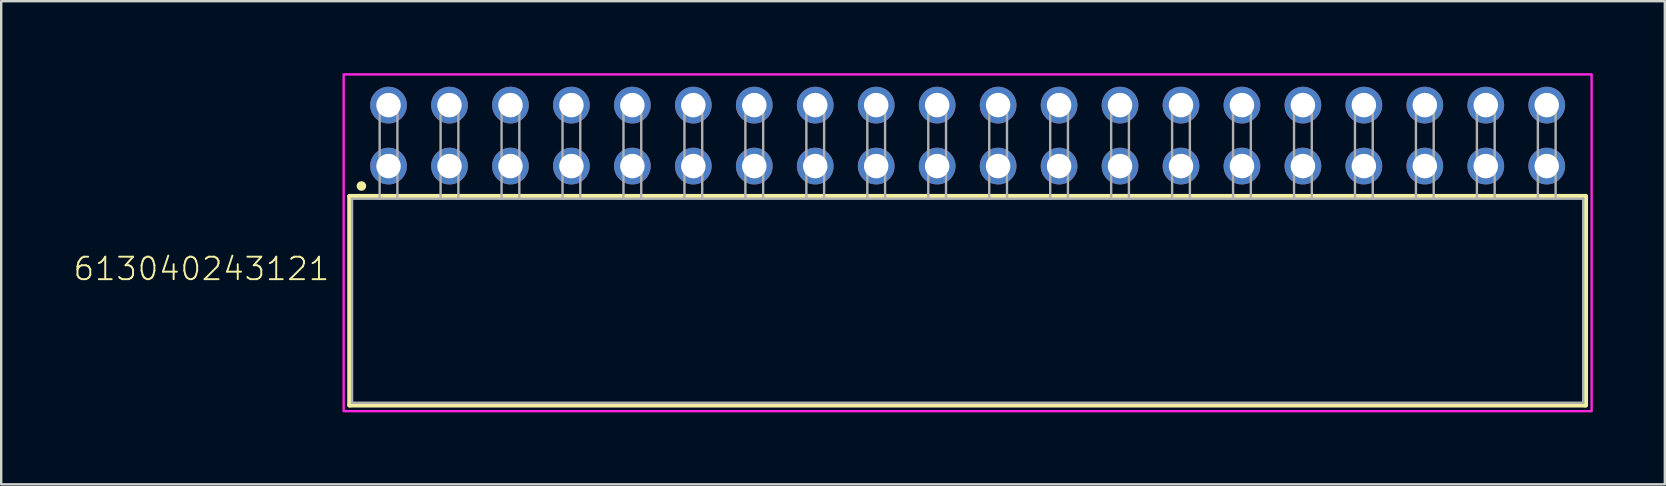
<source format=kicad_pcb>
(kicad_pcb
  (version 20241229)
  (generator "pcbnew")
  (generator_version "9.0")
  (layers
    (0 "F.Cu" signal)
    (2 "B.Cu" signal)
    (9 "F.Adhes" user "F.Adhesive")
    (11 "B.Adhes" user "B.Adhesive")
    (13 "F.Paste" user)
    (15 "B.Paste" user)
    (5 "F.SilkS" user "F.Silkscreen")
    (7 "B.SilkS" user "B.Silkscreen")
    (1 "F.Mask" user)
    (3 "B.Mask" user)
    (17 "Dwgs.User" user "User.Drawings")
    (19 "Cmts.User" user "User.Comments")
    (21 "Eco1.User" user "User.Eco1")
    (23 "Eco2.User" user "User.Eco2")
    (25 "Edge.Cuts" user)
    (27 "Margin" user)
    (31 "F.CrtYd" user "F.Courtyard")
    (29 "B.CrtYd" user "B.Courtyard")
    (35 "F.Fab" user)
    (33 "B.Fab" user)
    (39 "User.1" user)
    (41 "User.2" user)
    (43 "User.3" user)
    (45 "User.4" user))
  (footprint "613040243121"
    (layer "F.Cu")
    (at 37.269 9.48)
    (property "Reference" "613040243121" (at -26.53 -0.78 0) (unlocked yes) (layer "F.SilkS") (effects (font (size 0.935 0.935) (thickness 0.081)) (justify right bottom)))
    (fp_line (start -25.75 -4.35) (end 25.75 -4.35) (stroke (width 0.2) (type solid)) (layer "F.SilkS"))
    (fp_line (start -25.75 4.35) (end -25.75 -4.35) (stroke (width 0.2) (type solid)) (layer "F.SilkS"))
    (fp_line (start 25.75 -4.35) (end 25.75 4.35) (stroke (width 0.2) (type solid)) (layer "F.SilkS"))
    (fp_line (start 25.75 4.35) (end -25.75 4.35) (stroke (width 0.2) (type solid)) (layer "F.SilkS"))
    (fp_circle (center -25.26 -4.78) (end -25.16 -4.78) (stroke (width 0.2) (type solid)) (fill no) (layer "F.SilkS"))
    (fp_poly (pts (xy 26 4.6) (xy -26 4.6) (xy -26 -9.43) (xy 26 -9.43)) (stroke (width 0.1) (type default)) (fill no) (layer "F.CrtYd"))
    (fp_line (start -25.65 -4.25) (end -25.65 4.25) (stroke (width 0.1) (type solid)) (layer "F.Fab"))
    (fp_line (start -24.5 -8.35) (end -23.76 -8.35) (stroke (width 0.1) (type solid)) (layer "F.Fab"))
    (fp_line (start -24.5 -4.25) (end -25.65 -4.25) (stroke (width 0.1) (type solid)) (layer "F.Fab"))
    (fp_line (start -24.5 -4.25) (end -24.5 -8.35) (stroke (width 0.1) (type solid)) (layer "F.Fab"))
    (fp_line (start -23.76 -8.35) (end -23.76 -4.25) (stroke (width 0.1) (type solid)) (layer "F.Fab"))
    (fp_line (start -23.76 -4.25) (end -24.5 -4.25) (stroke (width 0.1) (type solid)) (layer "F.Fab"))
    (fp_line (start -21.96 -8.35) (end -21.22 -8.35) (stroke (width 0.1) (type solid)) (layer "F.Fab"))
    (fp_line (start -21.96 -4.25) (end -21.96 -8.35) (stroke (width 0.1) (type solid)) (layer "F.Fab"))
    (fp_line (start -21.22 -8.35) (end -21.22 -4.25) (stroke (width 0.1) (type solid)) (layer "F.Fab"))
    (fp_line (start -19.42 -8.35) (end -18.68 -8.35) (stroke (width 0.1) (type solid)) (layer "F.Fab"))
    (fp_line (start -19.42 -4.25) (end -19.42 -8.35) (stroke (width 0.1) (type solid)) (layer "F.Fab"))
    (fp_line (start -18.68 -8.35) (end -18.68 -4.25) (stroke (width 0.1) (type solid)) (layer "F.Fab"))
    (fp_line (start -16.88 -8.35) (end -16.14 -8.35) (stroke (width 0.1) (type solid)) (layer "F.Fab"))
    (fp_line (start -16.88 -4.25) (end -16.88 -8.35) (stroke (width 0.1) (type solid)) (layer "F.Fab"))
    (fp_line (start -16.14 -8.35) (end -16.14 -4.25) (stroke (width 0.1) (type solid)) (layer "F.Fab"))
    (fp_line (start -14.34 -8.35) (end -13.6 -8.35) (stroke (width 0.1) (type solid)) (layer "F.Fab"))
    (fp_line (start -14.34 -4.25) (end -14.34 -8.35) (stroke (width 0.1) (type solid)) (layer "F.Fab"))
    (fp_line (start -13.6 -8.35) (end -13.6 -4.25) (stroke (width 0.1) (type solid)) (layer "F.Fab"))
    (fp_line (start -11.8 -8.35) (end -11.06 -8.35) (stroke (width 0.1) (type solid)) (layer "F.Fab"))
    (fp_line (start -11.8 -4.25) (end -11.8 -8.35) (stroke (width 0.1) (type solid)) (layer "F.Fab"))
    (fp_line (start -11.06 -8.35) (end -11.06 -4.25) (stroke (width 0.1) (type solid)) (layer "F.Fab"))
    (fp_line (start -9.26 -8.35) (end -8.52 -8.35) (stroke (width 0.1) (type solid)) (layer "F.Fab"))
    (fp_line (start -9.26 -4.25) (end -9.26 -8.35) (stroke (width 0.1) (type solid)) (layer "F.Fab"))
    (fp_line (start -8.52 -8.35) (end -8.52 -4.25) (stroke (width 0.1) (type solid)) (layer "F.Fab"))
    (fp_line (start -6.72 -8.35) (end -5.98 -8.35) (stroke (width 0.1) (type solid)) (layer "F.Fab"))
    (fp_line (start -6.72 -4.25) (end -6.72 -8.35) (stroke (width 0.1) (type solid)) (layer "F.Fab"))
    (fp_line (start -5.98 -8.35) (end -5.98 -4.25) (stroke (width 0.1) (type solid)) (layer "F.Fab"))
    (fp_line (start -4.18 -8.35) (end -3.44 -8.35) (stroke (width 0.1) (type solid)) (layer "F.Fab"))
    (fp_line (start -4.18 -4.25) (end -4.18 -8.35) (stroke (width 0.1) (type solid)) (layer "F.Fab"))
    (fp_line (start -3.44 -8.35) (end -3.44 -4.25) (stroke (width 0.1) (type solid)) (layer "F.Fab"))
    (fp_line (start -1.64 -8.35) (end -0.9 -8.35) (stroke (width 0.1) (type solid)) (layer "F.Fab"))
    (fp_line (start -1.64 -4.25) (end -1.64 -8.35) (stroke (width 0.1) (type solid)) (layer "F.Fab"))
    (fp_line (start -0.9 -8.35) (end -0.9 -4.25) (stroke (width 0.1) (type solid)) (layer "F.Fab"))
    (fp_line (start 0.9 -8.35) (end 1.64 -8.35) (stroke (width 0.1) (type solid)) (layer "F.Fab"))
    (fp_line (start 0.9 -4.25) (end 0.9 -8.35) (stroke (width 0.1) (type solid)) (layer "F.Fab"))
    (fp_line (start 1.64 -8.35) (end 1.64 -4.25) (stroke (width 0.1) (type solid)) (layer "F.Fab"))
    (fp_line (start 3.44 -8.35) (end 4.18 -8.35) (stroke (width 0.1) (type solid)) (layer "F.Fab"))
    (fp_line (start 3.44 -4.25) (end 3.44 -8.35) (stroke (width 0.1) (type solid)) (layer "F.Fab"))
    (fp_line (start 4.18 -8.35) (end 4.18 -4.25) (stroke (width 0.1) (type solid)) (layer "F.Fab"))
    (fp_line (start 5.98 -8.35) (end 6.72 -8.35) (stroke (width 0.1) (type solid)) (layer "F.Fab"))
    (fp_line (start 5.98 -4.25) (end 5.98 -8.35) (stroke (width 0.1) (type solid)) (layer "F.Fab"))
    (fp_line (start 6.72 -8.35) (end 6.72 -4.25) (stroke (width 0.1) (type solid)) (layer "F.Fab"))
    (fp_line (start 8.52 -8.35) (end 9.26 -8.35) (stroke (width 0.1) (type solid)) (layer "F.Fab"))
    (fp_line (start 8.52 -4.25) (end 8.52 -8.35) (stroke (width 0.1) (type solid)) (layer "F.Fab"))
    (fp_line (start 9.26 -8.35) (end 9.26 -4.25) (stroke (width 0.1) (type solid)) (layer "F.Fab"))
    (fp_line (start 11.06 -8.35) (end 11.8 -8.35) (stroke (width 0.1) (type solid)) (layer "F.Fab"))
    (fp_line (start 11.06 -4.25) (end 11.06 -8.35) (stroke (width 0.1) (type solid)) (layer "F.Fab"))
    (fp_line (start 11.8 -8.35) (end 11.8 -4.25) (stroke (width 0.1) (type solid)) (layer "F.Fab"))
    (fp_line (start 13.6 -8.35) (end 14.34 -8.35) (stroke (width 0.1) (type solid)) (layer "F.Fab"))
    (fp_line (start 13.6 -4.25) (end 13.6 -8.35) (stroke (width 0.1) (type solid)) (layer "F.Fab"))
    (fp_line (start 14.34 -8.35) (end 14.34 -4.25) (stroke (width 0.1) (type solid)) (layer "F.Fab"))
    (fp_line (start 16.14 -8.35) (end 16.88 -8.35) (stroke (width 0.1) (type solid)) (layer "F.Fab"))
    (fp_line (start 16.14 -4.25) (end 16.14 -8.35) (stroke (width 0.1) (type solid)) (layer "F.Fab"))
    (fp_line (start 16.88 -8.35) (end 16.88 -4.25) (stroke (width 0.1) (type solid)) (layer "F.Fab"))
    (fp_line (start 18.68 -8.35) (end 19.42 -8.35) (stroke (width 0.1) (type solid)) (layer "F.Fab"))
    (fp_line (start 18.68 -4.25) (end 18.68 -8.35) (stroke (width 0.1) (type solid)) (layer "F.Fab"))
    (fp_line (start 19.42 -8.35) (end 19.42 -4.25) (stroke (width 0.1) (type solid)) (layer "F.Fab"))
    (fp_line (start 21.22 -8.35) (end 21.96 -8.35) (stroke (width 0.1) (type solid)) (layer "F.Fab"))
    (fp_line (start 21.22 -4.25) (end 21.22 -8.35) (stroke (width 0.1) (type solid)) (layer "F.Fab"))
    (fp_line (start 21.96 -8.35) (end 21.96 -4.25) (stroke (width 0.1) (type solid)) (layer "F.Fab"))
    (fp_line (start 23.76 -8.35) (end 24.5 -8.35) (stroke (width 0.1) (type solid)) (layer "F.Fab"))
    (fp_line (start 23.76 -4.25) (end 23.76 -8.35) (stroke (width 0.1) (type solid)) (layer "F.Fab"))
    (fp_line (start 24.5 -8.35) (end 24.5 -4.25) (stroke (width 0.1) (type solid)) (layer "F.Fab"))
    (fp_line (start 25.65 -4.25) (end -23.76 -4.25) (stroke (width 0.1) (type solid)) (layer "F.Fab"))
    (fp_line (start 25.65 4.25) (end -25.65 4.25) (stroke (width 0.1) (type solid)) (layer "F.Fab"))
    (fp_line (start 25.65 4.25) (end 25.65 -4.25) (stroke (width 0.1) (type solid)) (layer "F.Fab"))
    (pad "1" thru_hole circle (at -24.13 -5.61 180) (size 1.53 1.53) (drill 1.02) (layers "*.Cu" "*.Mask"))
    (pad "2" thru_hole circle (at -24.13 -8.15 180) (size 1.53 1.53) (drill 1.02) (layers "*.Cu" "*.Mask"))
    (pad "3" thru_hole circle (at -21.59 -5.61 180) (size 1.53 1.53) (drill 1.02) (layers "*.Cu" "*.Mask"))
    (pad "4" thru_hole circle (at -21.59 -8.15 180) (size 1.53 1.53) (drill 1.02) (layers "*.Cu" "*.Mask"))
    (pad "5" thru_hole circle (at -19.05 -5.61 180) (size 1.53 1.53) (drill 1.02) (layers "*.Cu" "*.Mask"))
    (pad "6" thru_hole circle (at -19.05 -8.15 180) (size 1.53 1.53) (drill 1.02) (layers "*.Cu" "*.Mask"))
    (pad "7" thru_hole circle (at -16.51 -5.61 180) (size 1.53 1.53) (drill 1.02) (layers "*.Cu" "*.Mask"))
    (pad "8" thru_hole circle (at -16.51 -8.15 180) (size 1.53 1.53) (drill 1.02) (layers "*.Cu" "*.Mask"))
    (pad "9" thru_hole circle (at -13.97 -5.61 180) (size 1.53 1.53) (drill 1.02) (layers "*.Cu" "*.Mask"))
    (pad "10" thru_hole circle (at -13.97 -8.15 180) (size 1.53 1.53) (drill 1.02) (layers "*.Cu" "*.Mask"))
    (pad "11" thru_hole circle (at -11.43 -5.61 180) (size 1.53 1.53) (drill 1.02) (layers "*.Cu" "*.Mask"))
    (pad "12" thru_hole circle (at -11.43 -8.15 180) (size 1.53 1.53) (drill 1.02) (layers "*.Cu" "*.Mask"))
    (pad "13" thru_hole circle (at -8.89 -5.61 180) (size 1.53 1.53) (drill 1.02) (layers "*.Cu" "*.Mask"))
    (pad "14" thru_hole circle (at -8.89 -8.15 180) (size 1.53 1.53) (drill 1.02) (layers "*.Cu" "*.Mask"))
    (pad "15" thru_hole circle (at -6.35 -5.61 180) (size 1.53 1.53) (drill 1.02) (layers "*.Cu" "*.Mask"))
    (pad "16" thru_hole circle (at -6.35 -8.15 180) (size 1.53 1.53) (drill 1.02) (layers "*.Cu" "*.Mask"))
    (pad "17" thru_hole circle (at -3.81 -5.61 180) (size 1.53 1.53) (drill 1.02) (layers "*.Cu" "*.Mask"))
    (pad "18" thru_hole circle (at -3.81 -8.15 180) (size 1.53 1.53) (drill 1.02) (layers "*.Cu" "*.Mask"))
    (pad "19" thru_hole circle (at -1.27 -5.61 180) (size 1.53 1.53) (drill 1.02) (layers "*.Cu" "*.Mask"))
    (pad "20" thru_hole circle (at -1.27 -8.15 180) (size 1.53 1.53) (drill 1.02) (layers "*.Cu" "*.Mask"))
    (pad "21" thru_hole circle (at 1.27 -5.61 180) (size 1.53 1.53) (drill 1.02) (layers "*.Cu" "*.Mask"))
    (pad "22" thru_hole circle (at 1.27 -8.15 180) (size 1.53 1.53) (drill 1.02) (layers "*.Cu" "*.Mask"))
    (pad "23" thru_hole circle (at 3.81 -5.61 180) (size 1.53 1.53) (drill 1.02) (layers "*.Cu" "*.Mask"))
    (pad "24" thru_hole circle (at 3.81 -8.15 180) (size 1.53 1.53) (drill 1.02) (layers "*.Cu" "*.Mask"))
    (pad "25" thru_hole circle (at 6.35 -5.61 180) (size 1.53 1.53) (drill 1.02) (layers "*.Cu" "*.Mask"))
    (pad "26" thru_hole circle (at 6.35 -8.15 180) (size 1.53 1.53) (drill 1.02) (layers "*.Cu" "*.Mask"))
    (pad "27" thru_hole circle (at 8.89 -5.61 180) (size 1.53 1.53) (drill 1.02) (layers "*.Cu" "*.Mask"))
    (pad "28" thru_hole circle (at 8.89 -8.15 180) (size 1.53 1.53) (drill 1.02) (layers "*.Cu" "*.Mask"))
    (pad "29" thru_hole circle (at 11.43 -5.61 180) (size 1.53 1.53) (drill 1.02) (layers "*.Cu" "*.Mask"))
    (pad "30" thru_hole circle (at 11.43 -8.15 180) (size 1.53 1.53) (drill 1.02) (layers "*.Cu" "*.Mask"))
    (pad "31" thru_hole circle (at 13.97 -5.61 180) (size 1.53 1.53) (drill 1.02) (layers "*.Cu" "*.Mask"))
    (pad "32" thru_hole circle (at 13.97 -8.15 180) (size 1.53 1.53) (drill 1.02) (layers "*.Cu" "*.Mask"))
    (pad "33" thru_hole circle (at 16.51 -5.61 180) (size 1.53 1.53) (drill 1.02) (layers "*.Cu" "*.Mask"))
    (pad "34" thru_hole circle (at 16.51 -8.15 180) (size 1.53 1.53) (drill 1.02) (layers "*.Cu" "*.Mask"))
    (pad "35" thru_hole circle (at 19.05 -5.61 180) (size 1.53 1.53) (drill 1.02) (layers "*.Cu" "*.Mask"))
    (pad "36" thru_hole circle (at 19.05 -8.15 180) (size 1.53 1.53) (drill 1.02) (layers "*.Cu" "*.Mask"))
    (pad "37" thru_hole circle (at 21.59 -5.61 180) (size 1.53 1.53) (drill 1.02) (layers "*.Cu" "*.Mask"))
    (pad "38" thru_hole circle (at 21.59 -8.15 180) (size 1.53 1.53) (drill 1.02) (layers "*.Cu" "*.Mask"))
    (pad "39" thru_hole circle (at 24.13 -5.61 180) (size 1.53 1.53) (drill 1.02) (layers "*.Cu" "*.Mask"))
    (pad "40" thru_hole circle (at 24.13 -8.15 180) (size 1.53 1.53) (drill 1.02) (layers "*.Cu" "*.Mask")))
  (gr_rect
    (start -3 -3)
    (end 66.319 17.13)
    (stroke (width 0.1) (type default))
    (fill no)
    (layer "Edge.Cuts")))
</source>
